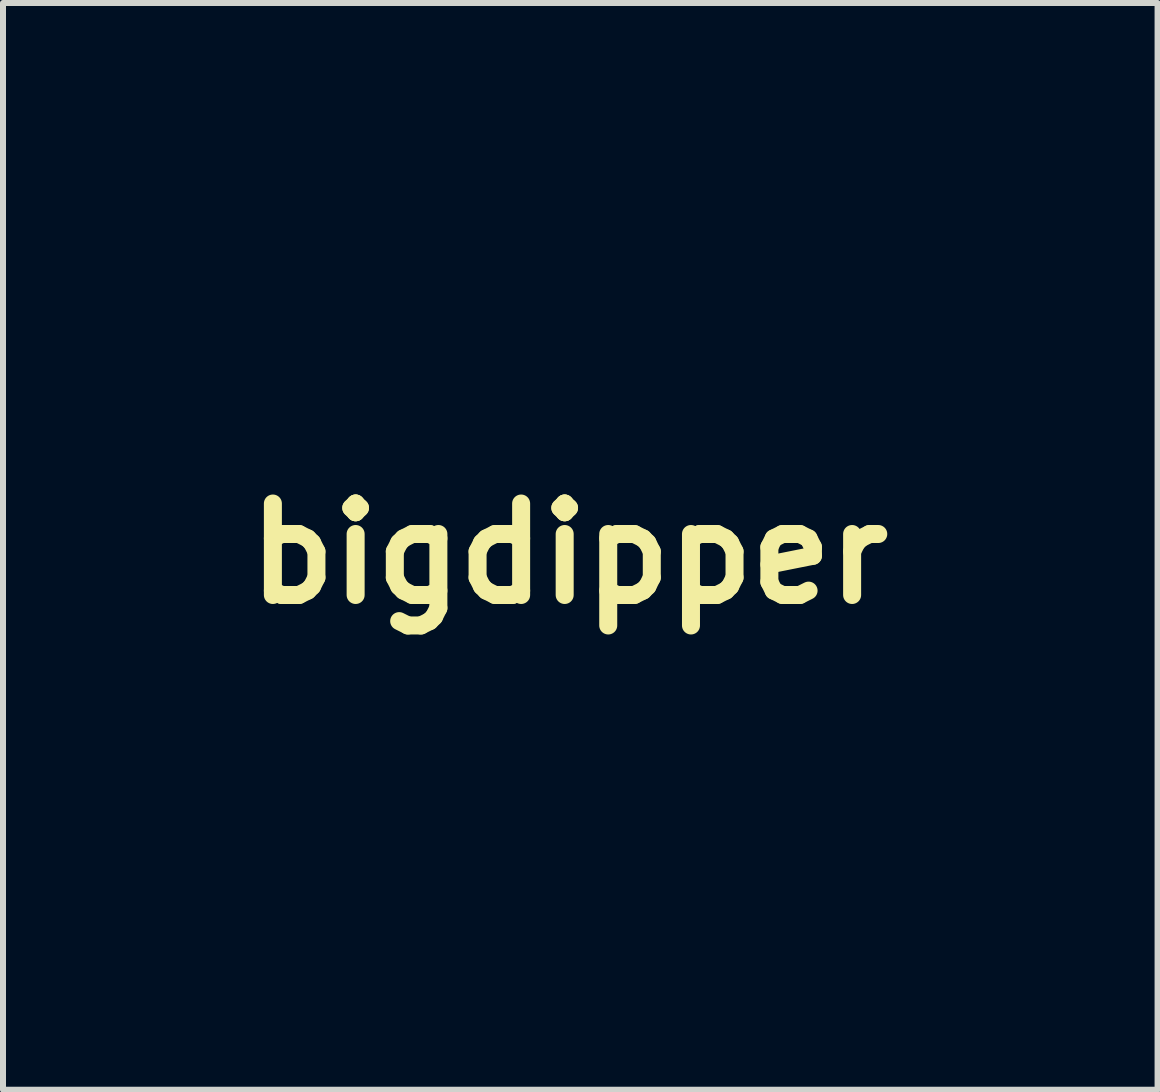
<source format=kicad_pcb>
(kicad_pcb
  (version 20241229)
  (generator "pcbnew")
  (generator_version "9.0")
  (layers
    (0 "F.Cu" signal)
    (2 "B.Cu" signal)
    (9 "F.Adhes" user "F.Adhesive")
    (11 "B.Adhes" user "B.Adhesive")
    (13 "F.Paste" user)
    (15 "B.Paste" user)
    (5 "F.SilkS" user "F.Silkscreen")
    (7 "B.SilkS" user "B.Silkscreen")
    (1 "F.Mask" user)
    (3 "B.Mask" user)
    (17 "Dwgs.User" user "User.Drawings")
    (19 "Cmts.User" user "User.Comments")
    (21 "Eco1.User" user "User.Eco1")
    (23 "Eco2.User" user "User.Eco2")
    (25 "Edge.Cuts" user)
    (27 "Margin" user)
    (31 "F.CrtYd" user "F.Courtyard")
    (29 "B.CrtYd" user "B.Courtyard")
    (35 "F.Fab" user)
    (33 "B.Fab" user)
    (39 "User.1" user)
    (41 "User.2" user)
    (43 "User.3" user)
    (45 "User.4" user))
  (footprint "bigdipper"
    (layer "F.Cu")
    (at 6.432 6.175)
    (property "Reference" "bigdipper" (at 0 0 0) (layer "F.SilkS") (effects (font (size 1.524 1.524) (thickness 0.3))))
    (attr through_hole)
    (fp_poly (pts (xy -5.732 -6.163) (xy -5.626 -6.14) (xy -5.545 -6.11) (xy -5.442 -6.045) (xy -5.352 -5.956) (xy -5.28 -5.852) (xy -5.23 -5.738) (xy -5.209 -5.642) (xy -5.199 -5.552) (xy -4.905 -5.437) (xy -4.75 -5.376) (xy -4.596 -5.314) (xy -4.447 -5.255) (xy -4.311 -5.199) (xy -4.191 -5.15) (xy -4.094 -5.109) (xy -4.064 -5.096) (xy -4.003 -5.07) (xy -3.916 -5.033) (xy -3.809 -4.988) (xy -3.685 -4.935) (xy -3.549 -4.878) (xy -3.405 -4.817) (xy -3.257 -4.755) (xy -3.183 -4.723) (xy -3.083 -4.682) (xy -2.979 -4.638) (xy -2.879 -4.595) (xy -2.794 -4.56) (xy -2.762 -4.546) (xy -2.595 -4.475) (xy -2.518 -4.549) (xy -2.46 -4.596) (xy -2.391 -4.643) (xy -2.335 -4.673) (xy -2.282 -4.697) (xy -2.237 -4.712) (xy -2.19 -4.719) (xy -2.13 -4.722) (xy -2.08 -4.722) (xy -2.005 -4.721) (xy -1.95 -4.716) (xy -1.905 -4.705) (xy -1.857 -4.686) (xy -1.823 -4.67) (xy -1.702 -4.595) (xy -1.602 -4.498) (xy -1.526 -4.382) (xy -1.518 -4.366) (xy -1.493 -4.307) (xy -1.478 -4.257) (xy -1.471 -4.202) (xy -1.469 -4.128) (xy -1.469 -4.128) (xy -1.471 -4.053) (xy -1.478 -3.997) (xy -1.492 -3.948) (xy -1.513 -3.897) (xy -1.545 -3.836) (xy -1.58 -3.777) (xy -1.604 -3.743) (xy -1.632 -3.708) (xy -1.649 -3.683) (xy -1.651 -3.678) (xy -1.643 -3.663) (xy -1.619 -3.626) (xy -1.583 -3.569) (xy -1.537 -3.497) (xy -1.482 -3.412) (xy -1.422 -3.319) (xy -1.358 -3.22) (xy -1.293 -3.12) (xy -1.229 -3.023) (xy -1.169 -2.93) (xy -1.114 -2.848) (xy -1.068 -2.777) (xy -1.032 -2.724) (xy -1.01 -2.69) (xy -1.002 -2.68) (xy -0.982 -2.677) (xy -0.942 -2.68) (xy -0.917 -2.685) (xy -0.808 -2.694) (xy -0.691 -2.678) (xy -0.574 -2.639) (xy -0.466 -2.581) (xy -0.374 -2.507) (xy -0.358 -2.49) (xy -0.279 -2.379) (xy -0.226 -2.257) (xy -0.202 -2.128) (xy -0.207 -1.998) (xy -0.241 -1.87) (xy -0.263 -1.821) (xy -0.301 -1.745) (xy -0.246 -1.674) (xy -0.202 -1.611) (xy -0.143 -1.523) (xy -0.072 -1.41) (xy 0.01 -1.275) (xy 0.102 -1.12) (xy 0.204 -0.948) (xy 0.313 -0.759) (xy 0.429 -0.556) (xy 0.505 -0.42) (xy 0.555 -0.333) (xy 0.6 -0.253) (xy 0.639 -0.187) (xy 0.668 -0.137) (xy 0.684 -0.111) (xy 0.686 -0.108) (xy 0.702 -0.094) (xy 0.726 -0.089) (xy 0.766 -0.093) (xy 0.8 -0.098) (xy 0.932 -0.106) (xy 1.062 -0.085) (xy 1.185 -0.036) (xy 1.296 0.038) (xy 1.39 0.135) (xy 1.412 0.166) (xy 1.456 0.241) (xy 1.484 0.317) (xy 1.501 0.408) (xy 1.506 0.451) (xy 1.516 0.561) (xy 3.619 1.652) (xy 5.723 2.742) (xy 5.785 2.687) (xy 5.886 2.615) (xy 6.004 2.566) (xy 6.131 2.54) (xy 6.259 2.538) (xy 6.383 2.56) (xy 6.496 2.608) (xy 6.499 2.61) (xy 6.575 2.666) (xy 6.651 2.742) (xy 6.718 2.828) (xy 6.76 2.902) (xy 6.781 2.952) (xy 6.794 2.998) (xy 6.8 3.052) (xy 6.802 3.124) (xy 6.802 3.135) (xy 6.8 3.212) (xy 6.793 3.269) (xy 6.78 3.319) (xy 6.758 3.372) (xy 6.686 3.496) (xy 6.595 3.594) (xy 6.484 3.669) (xy 6.351 3.72) (xy 6.336 3.724) (xy 6.202 3.741) (xy 6.066 3.728) (xy 5.949 3.692) (xy 5.858 3.655) (xy 5.654 3.879) (xy 5.595 3.945) (xy 5.519 4.029) (xy 5.431 4.129) (xy 5.333 4.239) (xy 5.231 4.355) (xy 5.128 4.473) (xy 5.045 4.569) (xy 4.639 5.033) (xy 4.672 5.116) (xy 4.697 5.213) (xy 4.705 5.325) (xy 4.696 5.438) (xy 4.67 5.541) (xy 4.668 5.545) (xy 4.613 5.649) (xy 4.533 5.745) (xy 4.435 5.824) (xy 4.355 5.869) (xy 4.233 5.912) (xy 4.114 5.928) (xy 3.997 5.92) (xy 3.868 5.886) (xy 3.752 5.825) (xy 3.652 5.741) (xy 3.572 5.638) (xy 3.514 5.52) (xy 3.483 5.389) (xy 3.48 5.349) (xy 3.473 5.224) (xy 3.185 5.07) (xy 3.104 5.027) (xy 3.024 4.984) (xy 2.943 4.939) (xy 2.858 4.892) (xy 2.768 4.842) (xy 2.669 4.786) (xy 2.56 4.724) (xy 2.438 4.654) (xy 2.302 4.575) (xy 2.148 4.486) (xy 1.975 4.385) (xy 1.78 4.271) (xy 1.562 4.144) (xy 1.433 4.068) (xy 0.524 3.537) (xy 0.448 3.585) (xy 0.329 3.644) (xy 0.204 3.675) (xy 0.079 3.679) (xy -0.044 3.659) (xy -0.159 3.615) (xy -0.264 3.551) (xy -0.354 3.466) (xy -0.425 3.364) (xy -0.474 3.246) (xy -0.491 3.165) (xy -0.495 3.032) (xy -0.471 2.905) (xy -0.421 2.788) (xy -0.348 2.685) (xy -0.256 2.598) (xy -0.171 2.547) (xy 0.431 2.547) (xy 0.524 2.632) (xy 0.619 2.737) (xy 0.685 2.855) (xy 0.721 2.982) (xy 0.727 3.117) (xy 0.708 3.237) (xy 0.695 3.289) (xy 0.688 3.326) (xy 0.686 3.341) (xy 0.714 3.358) (xy 0.767 3.389) (xy 0.841 3.433) (xy 0.934 3.488) (xy 1.044 3.552) (xy 1.166 3.623) (xy 1.299 3.701) (xy 1.44 3.783) (xy 1.585 3.867) (xy 1.732 3.953) (xy 1.877 4.038) (xy 2.019 4.12) (xy 2.155 4.199) (xy 2.28 4.271) (xy 2.394 4.337) (xy 2.492 4.394) (xy 2.571 4.44) (xy 2.603 4.458) (xy 2.729 4.529) (xy 2.856 4.601) (xy 2.982 4.671) (xy 3.103 4.738) (xy 3.218 4.801) (xy 3.321 4.857) (xy 3.411 4.905) (xy 3.484 4.943) (xy 3.537 4.97) (xy 3.567 4.983) (xy 3.572 4.984) (xy 3.586 4.974) (xy 3.616 4.946) (xy 3.654 4.907) (xy 3.655 4.906) (xy 3.76 4.819) (xy 3.879 4.759) (xy 4.006 4.726) (xy 4.139 4.722) (xy 4.271 4.747) (xy 4.383 4.793) (xy 4.472 4.839) (xy 4.709 4.568) (xy 4.845 4.412) (xy 4.963 4.276) (xy 5.067 4.158) (xy 5.159 4.054) (xy 5.242 3.96) (xy 5.319 3.873) (xy 5.393 3.79) (xy 5.467 3.708) (xy 5.48 3.694) (xy 5.678 3.475) (xy 5.641 3.4) (xy 5.601 3.293) (xy 5.581 3.178) (xy 5.582 3.068) (xy 5.586 3.047) (xy 5.593 2.998) (xy 5.594 2.962) (xy 5.591 2.95) (xy 5.576 2.942) (xy 5.534 2.92) (xy 5.467 2.885) (xy 5.377 2.837) (xy 5.265 2.779) (xy 5.132 2.71) (xy 4.981 2.631) (xy 4.812 2.543) (xy 4.628 2.447) (xy 4.43 2.344) (xy 4.219 2.235) (xy 3.997 2.12) (xy 3.766 2) (xy 3.527 1.876) (xy 3.509 1.867) (xy 3.221 1.718) (xy 2.96 1.582) (xy 2.725 1.461) (xy 2.514 1.352) (xy 2.326 1.255) (xy 2.16 1.17) (xy 2.015 1.096) (xy 1.889 1.032) (xy 1.782 0.978) (xy 1.691 0.933) (xy 1.616 0.896) (xy 1.555 0.867) (xy 1.508 0.845) (xy 1.472 0.83) (xy 1.447 0.821) (xy 1.432 0.817) (xy 1.425 0.818) (xy 1.424 0.818) (xy 1.36 0.903) (xy 1.273 0.977) (xy 1.168 1.038) (xy 1.053 1.079) (xy 0.938 1.099) (xy 0.859 1.103) (xy 0.737 1.516) (xy 0.698 1.647) (xy 0.656 1.789) (xy 0.613 1.932) (xy 0.573 2.067) (xy 0.538 2.185) (xy 0.523 2.238) (xy 0.431 2.547) (xy -0.171 2.547) (xy -0.148 2.533) (xy -0.026 2.491) (xy 0.104 2.477) (xy 0.156 2.474) (xy 0.185 2.466) (xy 0.197 2.449) (xy 0.205 2.422) (xy 0.22 2.37) (xy 0.241 2.3) (xy 0.265 2.217) (xy 0.291 2.128) (xy 0.317 2.039) (xy 0.341 1.954) (xy 0.357 1.897) (xy 0.407 1.727) (xy 0.453 1.569) (xy 0.495 1.426) (xy 0.532 1.304) (xy 0.562 1.205) (xy 0.581 1.146) (xy 0.597 1.091) (xy 0.599 1.054) (xy 0.582 1.024) (xy 0.544 0.992) (xy 0.525 0.977) (xy 0.429 0.888) (xy 0.358 0.783) (xy 0.311 0.666) (xy 0.289 0.541) (xy 0.293 0.415) (xy 0.323 0.291) (xy 0.38 0.174) (xy 0.422 0.116) (xy 0.479 0.047) (xy 0.355 -0.171) (xy 0.218 -0.412) (xy 0.092 -0.634) (xy -0.024 -0.834) (xy -0.129 -1.013) (xy -0.222 -1.169) (xy -0.302 -1.301) (xy -0.369 -1.408) (xy -0.423 -1.489) (xy -0.463 -1.544) (xy -0.476 -1.561) (xy -0.496 -1.562) (xy -0.533 -1.551) (xy -0.551 -1.542) (xy -0.621 -1.515) (xy -0.707 -1.494) (xy -0.794 -1.483) (xy -0.868 -1.483) (xy -0.879 -1.484) (xy -1.02 -1.52) (xy -1.143 -1.58) (xy -1.247 -1.661) (xy -1.33 -1.76) (xy -1.388 -1.875) (xy -1.42 -2.002) (xy -1.424 -2.136) (xy -1.4 -2.265) (xy -1.346 -2.387) (xy -1.277 -2.486) (xy -1.225 -2.55) (xy -1.498 -2.97) (xy -1.589 -3.11) (xy -1.664 -3.226) (xy -1.725 -3.319) (xy -1.774 -3.393) (xy -1.812 -3.449) (xy -1.841 -3.49) (xy -1.863 -3.518) (xy -1.878 -3.534) (xy -1.89 -3.543) (xy -1.9 -3.545) (xy -1.908 -3.542) (xy -1.918 -3.538) (xy -1.921 -3.537) (xy -1.954 -3.53) (xy -2.01 -3.527) (xy -2.077 -3.527) (xy -2.105 -3.527) (xy -2.182 -3.532) (xy -2.24 -3.541) (xy -2.291 -3.557) (xy -2.348 -3.582) (xy -2.354 -3.585) (xy -2.472 -3.659) (xy -2.566 -3.754) (xy -2.635 -3.867) (xy -2.677 -3.996) (xy -2.692 -4.119) (xy -2.696 -4.246) (xy -2.796 -4.288) (xy -2.846 -4.309) (xy -2.918 -4.339) (xy -3.003 -4.375) (xy -3.094 -4.413) (xy -3.143 -4.433) (xy -3.226 -4.468) (xy -3.332 -4.513) (xy -3.452 -4.564) (xy -3.58 -4.618) (xy -3.709 -4.672) (xy -3.81 -4.715) (xy -3.94 -4.77) (xy -4.05 -4.817) (xy -4.145 -4.857) (xy -4.232 -4.893) (xy -4.315 -4.927) (xy -4.4 -4.962) (xy -4.492 -5) (xy -4.598 -5.043) (xy -4.723 -5.093) (xy -4.864 -5.15) (xy -4.967 -5.191) (xy -5.06 -5.228) (xy -5.139 -5.259) (xy -5.201 -5.283) (xy -5.24 -5.297) (xy -5.253 -5.302) (xy -5.266 -5.289) (xy -5.29 -5.257) (xy -5.308 -5.229) (xy -5.347 -5.18) (xy -5.399 -5.127) (xy -5.437 -5.094) (xy -5.556 -5.023) (xy -5.682 -4.979) (xy -5.809 -4.964) (xy -5.935 -4.974) (xy -6.056 -5.01) (xy -6.166 -5.07) (xy -6.264 -5.153) (xy -6.344 -5.258) (xy -6.401 -5.379) (xy -6.424 -5.481) (xy -6.427 -5.596) (xy -6.411 -5.711) (xy -6.377 -5.815) (xy -6.377 -5.816) (xy -6.308 -5.929) (xy -6.215 -6.024) (xy -6.102 -6.099) (xy -5.973 -6.15) (xy -5.934 -6.16) (xy -5.839 -6.17) (xy -5.732 -6.163)) (stroke (width 0.01) (type solid)) (fill yes) (layer "F.Mask")))
  (gr_rect
    (start -3 -3)
    (end 16.239 15.108)
    (stroke (width 0.1) (type default))
    (fill no)
    (layer "Edge.Cuts")))
</source>
